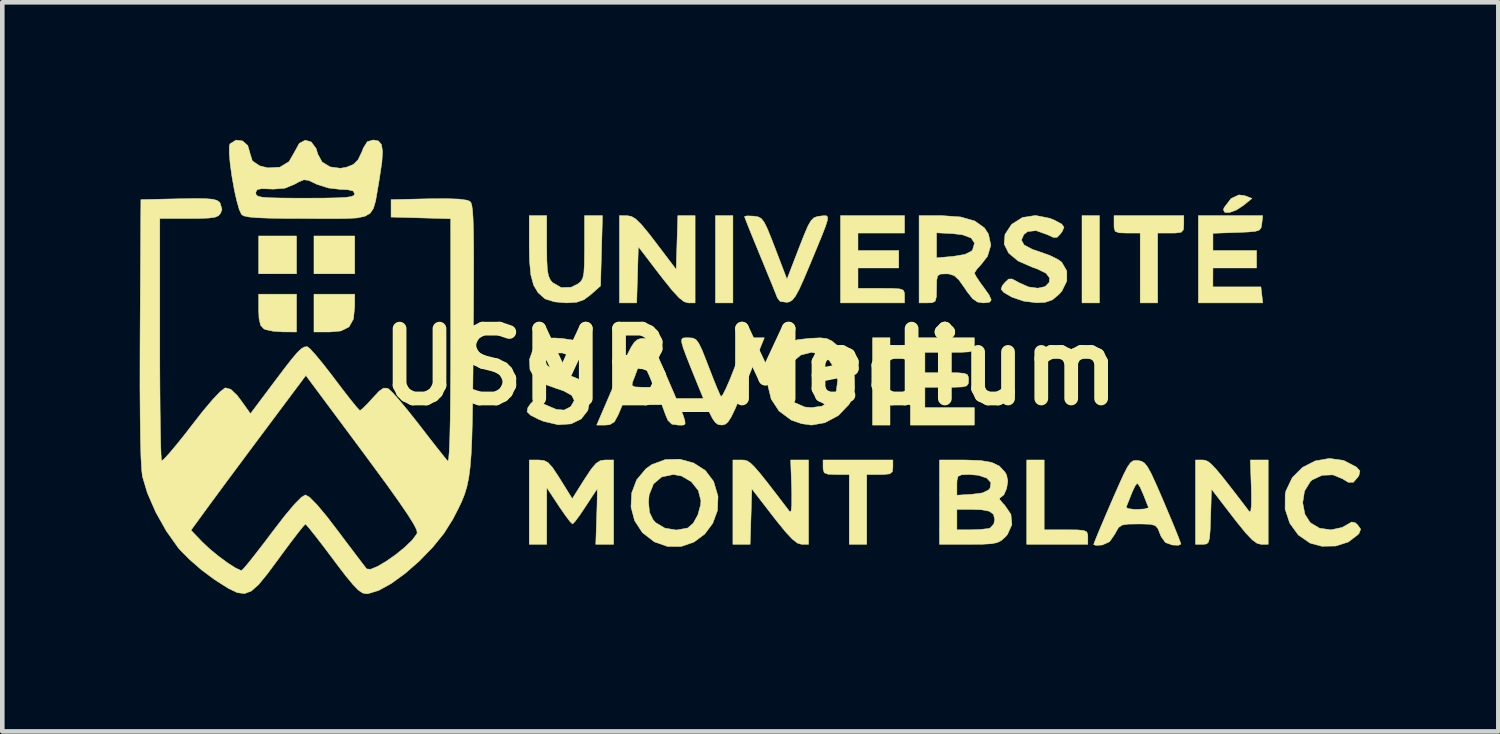
<source format=kicad_pcb>
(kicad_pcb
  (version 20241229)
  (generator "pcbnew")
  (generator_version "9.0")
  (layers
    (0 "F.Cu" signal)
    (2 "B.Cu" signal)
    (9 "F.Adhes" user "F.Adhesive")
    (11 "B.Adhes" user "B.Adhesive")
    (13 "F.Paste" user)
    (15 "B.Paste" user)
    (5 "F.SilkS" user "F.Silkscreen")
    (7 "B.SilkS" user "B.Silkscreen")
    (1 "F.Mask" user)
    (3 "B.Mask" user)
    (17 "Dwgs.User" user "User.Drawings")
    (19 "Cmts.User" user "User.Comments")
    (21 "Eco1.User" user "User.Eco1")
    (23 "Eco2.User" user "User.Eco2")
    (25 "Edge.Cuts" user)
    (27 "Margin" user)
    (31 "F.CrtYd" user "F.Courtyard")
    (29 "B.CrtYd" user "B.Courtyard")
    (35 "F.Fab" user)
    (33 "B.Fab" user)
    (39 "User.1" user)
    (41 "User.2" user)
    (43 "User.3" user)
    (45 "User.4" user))
  (footprint "USMB_Medium"
    (layer "F.Cu")
    (at 13.328 4.958)
    (property "Reference" "USMB_Medium" (at 0 0 0) (layer "F.SilkS") (effects (font (size 1.524 1.524) (thickness 0.3))))
    (attr through_hole)
    (fp_poly (pts (xy -9.906 -2.032) (xy -10.732 -2.032) (xy -10.732 -2.857) (xy -9.906 -2.857) (xy -9.906 -2.032)) (stroke (width 0.01) (type solid)) (fill yes) (layer "F.SilkS"))
    (fp_poly (pts (xy -8.636 -2.032) (xy -9.525 -2.032) (xy -9.525 -2.857) (xy -8.636 -2.857) (xy -8.636 -2.032)) (stroke (width 0.01) (type solid)) (fill yes) (layer "F.SilkS"))
    (fp_poly (pts (xy -0.381 -1.397) (xy -0.762 -1.397) (xy -0.762 -3.302) (xy -0.381 -3.302) (xy -0.381 -1.397)) (stroke (width 0.01) (type solid)) (fill yes) (layer "F.SilkS"))
    (fp_poly (pts (xy 3.048 1.27) (xy 2.667 1.27) (xy 2.667 -0.635) (xy 3.048 -0.635) (xy 3.048 1.27)) (stroke (width 0.01) (type solid)) (fill yes) (layer "F.SilkS"))
    (fp_poly (pts (xy 7.62 -1.397) (xy 7.239 -1.397) (xy 7.239 -3.302) (xy 7.62 -3.302) (xy 7.62 -1.397)) (stroke (width 0.01) (type solid)) (fill yes) (layer "F.SilkS"))
    (fp_poly (pts (xy -8.636 -1.316) (xy -8.664 -1.044) (xy -8.76 -0.873) (xy -8.939 -0.784) (xy -9.179 -0.762) (xy -9.525 -0.762) (xy -9.525 -1.587) (xy -8.636 -1.587) (xy -8.636 -1.316)) (stroke (width 0.01) (type solid)) (fill yes) (layer "F.SilkS"))
    (fp_poly (pts (xy -9.906 -0.762) (xy -10.208 -0.764) (xy -10.413 -0.778) (xy -10.577 -0.812) (xy -10.62 -0.831) (xy -10.69 -0.908) (xy -10.724 -1.054) (xy -10.732 -1.241) (xy -10.732 -1.587) (xy -9.906 -1.587) (xy -9.906 -0.762)) (stroke (width 0.01) (type solid)) (fill yes) (layer "F.SilkS"))
    (fp_poly (pts (xy 10.792 -3.737) (xy 10.949 -3.677) (xy 10.761 -3.524) (xy 10.604 -3.422) (xy 10.46 -3.37) (xy 10.358 -3.371) (xy 10.325 -3.429) (xy 10.342 -3.477) (xy 10.492 -3.674) (xy 10.663 -3.754) (xy 10.792 -3.737)) (stroke (width 0.01) (type solid)) (fill yes) (layer "F.SilkS"))
    (fp_poly (pts (xy 6.413 3.556) (xy 6.89 3.556) (xy 7.132 3.558) (xy 7.274 3.57) (xy 7.342 3.601) (xy 7.364 3.659) (xy 7.366 3.715) (xy 7.366 3.873) (xy 6.032 3.873) (xy 6.032 2.032) (xy 6.413 2.032) (xy 6.413 3.556)) (stroke (width 0.01) (type solid)) (fill yes) (layer "F.SilkS"))
    (fp_poly (pts (xy 3.111 2.191) (xy 3.1 2.289) (xy 3.041 2.335) (xy 2.903 2.349) (xy 2.826 2.349) (xy 2.54 2.349) (xy 2.54 3.873) (xy 2.159 3.873) (xy 2.159 2.349) (xy 1.873 2.349) (xy 1.697 2.343) (xy 1.613 2.311) (xy 1.589 2.234) (xy 1.587 2.191) (xy 1.587 2.032) (xy 3.111 2.032) (xy 3.111 2.191)) (stroke (width 0.01) (type solid)) (fill yes) (layer "F.SilkS"))
    (fp_poly (pts (xy 9.461 -3.111) (xy 9.453 -2.994) (xy 9.405 -2.939) (xy 9.284 -2.922) (xy 9.176 -2.921) (xy 8.89 -2.921) (xy 8.89 -1.397) (xy 8.509 -1.397) (xy 8.509 -2.921) (xy 8.223 -2.921) (xy 8.048 -2.927) (xy 7.964 -2.958) (xy 7.939 -3.04) (xy 7.938 -3.111) (xy 7.938 -3.302) (xy 9.461 -3.302) (xy 9.461 -3.111)) (stroke (width 0.01) (type solid)) (fill yes) (layer "F.SilkS"))
    (fp_poly (pts (xy 3.365 -2.921) (xy 2.349 -2.921) (xy 2.349 -2.54) (xy 3.239 -2.54) (xy 3.239 -2.159) (xy 2.349 -2.159) (xy 2.349 -1.714) (xy 2.857 -1.714) (xy 3.109 -1.713) (xy 3.26 -1.702) (xy 3.336 -1.675) (xy 3.362 -1.623) (xy 3.365 -1.556) (xy 3.365 -1.397) (xy 1.968 -1.397) (xy 1.968 -3.302) (xy 3.365 -3.302) (xy 3.365 -2.921)) (stroke (width 0.01) (type solid)) (fill yes) (layer "F.SilkS"))
    (fp_poly (pts (xy 11.164 -3.127) (xy 11.15 -3.042) (xy 11.112 -2.989) (xy 11.025 -2.959) (xy 10.863 -2.944) (xy 10.62 -2.934) (xy 10.097 -2.916) (xy 10.097 -2.54) (xy 11.049 -2.54) (xy 11.049 -2.159) (xy 10.097 -2.159) (xy 10.096 -1.953) (xy 10.096 -1.746) (xy 11.144 -1.746) (xy 11.164 -1.572) (xy 11.184 -1.397) (xy 9.779 -1.397) (xy 9.779 -3.302) (xy 11.184 -3.302) (xy 11.164 -3.127)) (stroke (width 0.01) (type solid)) (fill yes) (layer "F.SilkS"))
    (fp_poly (pts (xy -1.395 -3.302) (xy -1.206 -3.302) (xy -1.206 -1.397) (xy -1.357 -1.397) (xy -1.444 -1.422) (xy -1.555 -1.508) (xy -1.703 -1.667) (xy -1.902 -1.915) (xy -1.976 -2.01) (xy -2.445 -2.624) (xy -2.463 -2.01) (xy -2.481 -1.397) (xy -2.857 -1.397) (xy -2.857 -3.302) (xy -2.683 -3.3) (xy -2.593 -3.283) (xy -2.496 -3.223) (xy -2.375 -3.103) (xy -2.212 -2.906) (xy -2.064 -2.713) (xy -1.619 -2.127) (xy -1.601 -2.715) (xy -1.583 -3.302) (xy -1.395 -3.302)) (stroke (width 0.01) (type solid)) (fill yes) (layer "F.SilkS"))
    (fp_poly (pts (xy 4.889 -0.476) (xy 4.885 -0.399) (xy 4.853 -0.352) (xy 4.769 -0.328) (xy 4.609 -0.319) (xy 4.35 -0.318) (xy 3.81 -0.318) (xy 3.81 0.127) (xy 4.286 0.127) (xy 4.528 0.129) (xy 4.67 0.141) (xy 4.739 0.172) (xy 4.761 0.23) (xy 4.763 0.286) (xy 4.757 0.366) (xy 4.721 0.414) (xy 4.629 0.437) (xy 4.454 0.444) (xy 4.286 0.445) (xy 3.81 0.445) (xy 3.81 0.889) (xy 4.889 0.889) (xy 4.889 1.27) (xy 3.493 1.27) (xy 3.493 -0.635) (xy 4.889 -0.635) (xy 4.889 -0.476)) (stroke (width 0.01) (type solid)) (fill yes) (layer "F.SilkS"))
    (fp_poly (pts (xy -0.128 2.035) (xy -0.067 2.053) (xy 0.001 2.098) (xy 0.089 2.183) (xy 0.207 2.319) (xy 0.367 2.519) (xy 0.581 2.796) (xy 0.857 3.158) (xy 0.888 3.151) (xy 0.903 3.026) (xy 0.904 2.78) (xy 0.901 2.637) (xy 0.88 2.032) (xy 1.27 2.032) (xy 1.27 3.873) (xy 1.119 3.873) (xy 1.031 3.848) (xy 0.919 3.762) (xy 0.769 3.602) (xy 0.567 3.354) (xy 0.5 3.268) (xy 0.032 2.662) (xy 0.014 3.268) (xy -0.005 3.873) (xy -0.381 3.873) (xy -0.381 2.032) (xy -0.193 2.032) (xy -0.128 2.035)) (stroke (width 0.01) (type solid)) (fill yes) (layer "F.SilkS"))
    (fp_poly (pts (xy 9.929 2.038) (xy 9.989 2.065) (xy 10.063 2.125) (xy 10.163 2.23) (xy 10.299 2.393) (xy 10.482 2.626) (xy 10.725 2.941) (xy 10.89 3.158) (xy 10.921 3.151) (xy 10.936 3.026) (xy 10.937 2.78) (xy 10.934 2.637) (xy 10.913 2.032) (xy 11.303 2.032) (xy 11.303 3.873) (xy 11.147 3.873) (xy 11.06 3.851) (xy 10.953 3.773) (xy 10.812 3.624) (xy 10.622 3.391) (xy 10.528 3.27) (xy 10.065 2.667) (xy 10.047 3.27) (xy 10.037 3.55) (xy 10.024 3.726) (xy 10 3.823) (xy 9.959 3.864) (xy 9.893 3.873) (xy 9.872 3.873) (xy 9.716 3.873) (xy 9.716 2.032) (xy 9.871 2.032) (xy 9.929 2.038)) (stroke (width 0.01) (type solid)) (fill yes) (layer "F.SilkS"))
    (fp_poly (pts (xy -4.445 -2.635) (xy -4.442 -2.328) (xy -4.431 -2.121) (xy -4.406 -1.986) (xy -4.365 -1.896) (xy -4.318 -1.841) (xy -4.128 -1.731) (xy -3.912 -1.738) (xy -3.761 -1.813) (xy -3.698 -1.866) (xy -3.658 -1.936) (xy -3.634 -2.05) (xy -3.623 -2.232) (xy -3.62 -2.509) (xy -3.619 -2.607) (xy -3.619 -3.302) (xy -3.228 -3.302) (xy -3.27 -1.767) (xy -3.478 -1.582) (xy -3.632 -1.466) (xy -3.791 -1.411) (xy -4.014 -1.397) (xy -4.019 -1.397) (xy -4.271 -1.419) (xy -4.462 -1.477) (xy -4.495 -1.496) (xy -4.635 -1.622) (xy -4.731 -1.784) (xy -4.791 -2.007) (xy -4.82 -2.313) (xy -4.826 -2.632) (xy -4.826 -3.302) (xy -4.445 -3.302) (xy -4.445 -2.635)) (stroke (width 0.01) (type solid)) (fill yes) (layer "F.SilkS"))
    (fp_poly (pts (xy -4.507 2.043) (xy -4.416 2.089) (xy -4.32 2.195) (xy -4.195 2.382) (xy -4.15 2.454) (xy -3.887 2.877) (xy -3.621 2.454) (xy -3.477 2.237) (xy -3.371 2.109) (xy -3.278 2.048) (xy -3.174 2.032) (xy -3.169 2.032) (xy -2.985 2.032) (xy -2.985 3.873) (xy -3.374 3.873) (xy -3.354 3.27) (xy -3.346 3.011) (xy -3.342 2.808) (xy -3.341 2.687) (xy -3.343 2.667) (xy -3.379 2.716) (xy -3.465 2.845) (xy -3.584 3.028) (xy -3.597 3.047) (xy -3.722 3.234) (xy -3.823 3.37) (xy -3.879 3.428) (xy -3.881 3.428) (xy -3.933 3.38) (xy -4.032 3.25) (xy -4.16 3.066) (xy -4.182 3.032) (xy -4.444 2.635) (xy -4.445 3.873) (xy -4.826 3.873) (xy -4.826 2.032) (xy -4.619 2.032) (xy -4.507 2.043)) (stroke (width 0.01) (type solid)) (fill yes) (layer "F.SilkS"))
    (fp_poly (pts (xy 12.95 2.042) (xy 13.228 2.186) (xy 13.305 2.27) (xy 13.285 2.366) (xy 13.26 2.407) (xy 13.162 2.518) (xy 13.05 2.519) (xy 12.926 2.443) (xy 12.717 2.357) (xy 12.479 2.366) (xy 12.265 2.466) (xy 12.221 2.505) (xy 12.095 2.713) (xy 12.056 2.966) (xy 12.104 3.217) (xy 12.221 3.4) (xy 12.423 3.521) (xy 12.673 3.557) (xy 12.917 3.504) (xy 13.009 3.453) (xy 13.124 3.386) (xy 13.201 3.401) (xy 13.256 3.45) (xy 13.322 3.543) (xy 13.286 3.633) (xy 13.266 3.658) (xy 13.054 3.821) (xy 12.776 3.91) (xy 12.472 3.915) (xy 12.218 3.847) (xy 11.96 3.669) (xy 11.773 3.411) (xy 11.672 3.104) (xy 11.674 2.781) (xy 11.69 2.707) (xy 11.829 2.416) (xy 12.051 2.194) (xy 12.33 2.052) (xy 12.639 1.998) (xy 12.95 2.042)) (stroke (width 0.01) (type solid)) (fill yes) (layer "F.SilkS"))
    (fp_poly (pts (xy -1.24 2.097) (xy -0.983 2.261) (xy -0.803 2.498) (xy -0.801 2.503) (xy -0.706 2.825) (xy -0.718 3.134) (xy -0.821 3.415) (xy -0.997 3.65) (xy -1.231 3.824) (xy -1.506 3.919) (xy -1.807 3.92) (xy -2.096 3.819) (xy -2.357 3.617) (xy -2.527 3.355) (xy -2.605 3.058) (xy -2.6 2.953) (xy -2.223 2.953) (xy -2.201 3.176) (xy -2.125 3.334) (xy -2.067 3.4) (xy -1.866 3.52) (xy -1.612 3.561) (xy -1.368 3.517) (xy -1.247 3.413) (xy -1.145 3.23) (xy -1.086 3.012) (xy -1.079 2.919) (xy -1.137 2.696) (xy -1.289 2.506) (xy -1.501 2.382) (xy -1.681 2.349) (xy -1.935 2.402) (xy -2.114 2.554) (xy -2.209 2.793) (xy -2.223 2.953) (xy -2.6 2.953) (xy -2.59 2.752) (xy -2.482 2.466) (xy -2.279 2.223) (xy -2.149 2.131) (xy -1.855 2.023) (xy -1.541 2.015) (xy -1.24 2.097)) (stroke (width 0.01) (type solid)) (fill yes) (layer "F.SilkS"))
    (fp_poly (pts (xy -1.346 -0.635) (xy -1.257 -0.629) (xy -1.189 -0.597) (xy -1.127 -0.517) (xy -1.055 -0.369) (xy -0.96 -0.13) (xy -0.916 -0.016) (xy -0.815 0.245) (xy -0.727 0.462) (xy -0.664 0.606) (xy -0.64 0.649) (xy -0.604 0.612) (xy -0.535 0.478) (xy -0.443 0.267) (xy -0.35 0.03) (xy -0.24 -0.259) (xy -0.16 -0.449) (xy -0.096 -0.561) (xy -0.035 -0.616) (xy 0.039 -0.633) (xy 0.103 -0.635) (xy 0.305 -0.635) (xy -0.082 0.318) (xy -0.229 0.674) (xy -0.338 0.928) (xy -0.421 1.098) (xy -0.487 1.2) (xy -0.545 1.251) (xy -0.605 1.268) (xy -0.632 1.268) (xy -0.7 1.259) (xy -0.76 1.219) (xy -0.824 1.131) (xy -0.902 0.977) (xy -1.005 0.739) (xy -1.133 0.427) (xy -1.286 0.049) (xy -1.396 -0.227) (xy -1.466 -0.417) (xy -1.499 -0.537) (xy -1.498 -0.603) (xy -1.468 -0.63) (xy -1.41 -0.636) (xy -1.346 -0.635)) (stroke (width 0.01) (type solid)) (fill yes) (layer "F.SilkS"))
    (fp_poly (pts (xy 1.66 -3.298) (xy 1.686 -3.27) (xy 1.682 -3.2) (xy 1.642 -3.072) (xy 1.564 -2.871) (xy 1.445 -2.581) (xy 1.309 -2.254) (xy 1.17 -1.924) (xy 1.066 -1.694) (xy 0.985 -1.545) (xy 0.918 -1.46) (xy 0.853 -1.42) (xy 0.8 -1.409) (xy 0.651 -1.428) (xy 0.591 -1.504) (xy 0.552 -1.603) (xy 0.475 -1.794) (xy 0.369 -2.052) (xy 0.246 -2.352) (xy 0.211 -2.437) (xy 0.089 -2.734) (xy -0.014 -2.987) (xy -0.088 -3.174) (xy -0.125 -3.273) (xy -0.127 -3.282) (xy -0.072 -3.296) (xy 0.062 -3.291) (xy 0.077 -3.29) (xy 0.167 -3.276) (xy 0.237 -3.24) (xy 0.3 -3.16) (xy 0.371 -3.017) (xy 0.464 -2.788) (xy 0.54 -2.592) (xy 0.799 -1.913) (xy 1.06 -2.592) (xy 1.175 -2.884) (xy 1.259 -3.079) (xy 1.327 -3.196) (xy 1.391 -3.257) (xy 1.467 -3.283) (xy 1.524 -3.291) (xy 1.604 -3.3) (xy 1.66 -3.298)) (stroke (width 0.01) (type solid)) (fill yes) (layer "F.SilkS"))
    (fp_poly (pts (xy -2.237 -0.599) (xy -2.177 -0.535) (xy -2.105 -0.412) (xy -2.01 -0.213) (xy -1.882 0.08) (xy -1.828 0.205) (xy -1.665 0.583) (xy -1.546 0.86) (xy -1.469 1.051) (xy -1.43 1.172) (xy -1.424 1.239) (xy -1.449 1.267) (xy -1.5 1.272) (xy -1.574 1.27) (xy -1.577 1.27) (xy -1.715 1.25) (xy -1.8 1.166) (xy -1.85 1.048) (xy -1.931 0.826) (xy -2.792 0.826) (xy -2.885 1.048) (xy -2.968 1.2) (xy -3.071 1.262) (xy -3.166 1.27) (xy -3.354 1.27) (xy -2.982 0.404) (xy -2.583 0.404) (xy -2.521 0.437) (xy -2.36 0.445) (xy -2.102 0.445) (xy -2.2 0.206) (xy -2.291 0.006) (xy -2.359 -0.081) (xy -2.414 -0.059) (xy -2.462 0.043) (xy -2.525 0.213) (xy -2.572 0.333) (xy -2.583 0.404) (xy -2.982 0.404) (xy -2.952 0.333) (xy -2.799 -0.018) (xy -2.685 -0.27) (xy -2.598 -0.438) (xy -2.529 -0.541) (xy -2.466 -0.594) (xy -2.4 -0.617) (xy -2.37 -0.62) (xy -2.298 -0.622) (xy -2.237 -0.599)) (stroke (width 0.01) (type solid)) (fill yes) (layer "F.SilkS"))
    (fp_poly (pts (xy 1.669 -0.618) (xy 1.787 -0.56) (xy 1.924 -0.444) (xy 1.975 -0.397) (xy 2.13 -0.24) (xy 2.215 -0.107) (xy 2.255 0.058) (xy 2.271 0.229) (xy 2.278 0.466) (xy 2.249 0.633) (xy 2.174 0.784) (xy 2.147 0.826) (xy 1.919 1.063) (xy 1.626 1.219) (xy 1.333 1.27) (xy 1.121 1.24) (xy 0.905 1.166) (xy 0.89 1.159) (xy 0.626 0.963) (xy 0.455 0.703) (xy 0.382 0.405) (xy 0.389 0.316) (xy 0.762 0.316) (xy 0.813 0.587) (xy 0.959 0.777) (xy 1.19 0.876) (xy 1.333 0.889) (xy 1.563 0.857) (xy 1.737 0.745) (xy 1.749 0.733) (xy 1.876 0.529) (xy 1.906 0.295) (xy 1.852 0.062) (xy 1.725 -0.138) (xy 1.538 -0.274) (xy 1.333 -0.318) (xy 1.103 -0.259) (xy 0.914 -0.104) (xy 0.793 0.119) (xy 0.762 0.316) (xy 0.389 0.316) (xy 0.408 0.093) (xy 0.536 -0.21) (xy 0.726 -0.442) (xy 0.858 -0.537) (xy 1.025 -0.592) (xy 1.271 -0.621) (xy 1.299 -0.623) (xy 1.523 -0.634) (xy 1.669 -0.618)) (stroke (width 0.01) (type solid)) (fill yes) (layer "F.SilkS"))
    (fp_poly (pts (xy 4.175 -3.302) (xy 4.589 -3.273) (xy 4.897 -3.185) (xy 5.108 -3.035) (xy 5.197 -2.9) (xy 5.249 -2.656) (xy 5.177 -2.415) (xy 5.046 -2.246) (xy 4.941 -2.129) (xy 4.892 -2.05) (xy 4.891 -2.045) (xy 4.928 -1.972) (xy 5.018 -1.837) (xy 5.082 -1.751) (xy 5.212 -1.568) (xy 5.258 -1.461) (xy 5.221 -1.411) (xy 5.099 -1.397) (xy 5.08 -1.397) (xy 4.957 -1.416) (xy 4.852 -1.489) (xy 4.731 -1.642) (xy 4.684 -1.713) (xy 4.554 -1.896) (xy 4.45 -1.992) (xy 4.337 -2.028) (xy 4.27 -2.031) (xy 4.148 -2.026) (xy 4.087 -1.987) (xy 4.066 -1.882) (xy 4.064 -1.714) (xy 4.06 -1.527) (xy 4.034 -1.433) (xy 3.968 -1.401) (xy 3.873 -1.397) (xy 3.683 -1.397) (xy 3.683 -2.38) (xy 4.064 -2.38) (xy 4.423 -2.412) (xy 4.679 -2.454) (xy 4.824 -2.524) (xy 4.851 -2.556) (xy 4.893 -2.703) (xy 4.818 -2.814) (xy 4.628 -2.884) (xy 4.423 -2.908) (xy 4.064 -2.927) (xy 4.064 -2.38) (xy 3.683 -2.38) (xy 3.683 -3.302) (xy 4.175 -3.302)) (stroke (width 0.01) (type solid)) (fill yes) (layer "F.SilkS"))
    (fp_poly (pts (xy -4.121 -0.622) (xy -3.82 -0.577) (xy -3.641 -0.494) (xy -3.582 -0.373) (xy -3.616 -0.261) (xy -3.675 -0.174) (xy -3.748 -0.165) (xy -3.873 -0.222) (xy -4.105 -0.304) (xy -4.3 -0.302) (xy -4.43 -0.216) (xy -4.441 -0.197) (xy -4.471 -0.102) (xy -4.432 -0.025) (xy -4.306 0.05) (xy -4.077 0.136) (xy -4.038 0.15) (xy -3.761 0.261) (xy -3.591 0.386) (xy -3.51 0.542) (xy -3.495 0.692) (xy -3.548 0.952) (xy -3.694 1.138) (xy -3.914 1.244) (xy -4.192 1.263) (xy -4.512 1.189) (xy -4.62 1.145) (xy -4.798 1.054) (xy -4.873 0.98) (xy -4.858 0.893) (xy -4.802 0.811) (xy -4.741 0.748) (xy -4.67 0.74) (xy -4.545 0.791) (xy -4.473 0.827) (xy -4.237 0.927) (xy -4.067 0.943) (xy -3.935 0.876) (xy -3.912 0.855) (xy -3.844 0.734) (xy -3.896 0.624) (xy -4.072 0.525) (xy -4.236 0.47) (xy -4.453 0.392) (xy -4.633 0.301) (xy -4.705 0.248) (xy -4.81 0.061) (xy -4.821 -0.164) (xy -4.742 -0.385) (xy -4.663 -0.486) (xy -4.556 -0.578) (xy -4.446 -0.623) (xy -4.286 -0.631) (xy -4.121 -0.622)) (stroke (width 0.01) (type solid)) (fill yes) (layer "F.SilkS"))
    (fp_poly (pts (xy 6.538 -3.243) (xy 6.642 -3.2) (xy 6.795 -3.118) (xy 6.846 -3.049) (xy 6.808 -2.958) (xy 6.766 -2.901) (xy 6.696 -2.828) (xy 6.617 -2.825) (xy 6.486 -2.885) (xy 6.237 -2.974) (xy 6.051 -2.954) (xy 5.97 -2.89) (xy 5.916 -2.768) (xy 5.976 -2.661) (xy 6.156 -2.565) (xy 6.317 -2.511) (xy 6.536 -2.433) (xy 6.72 -2.341) (xy 6.797 -2.284) (xy 6.907 -2.093) (xy 6.907 -1.874) (xy 6.799 -1.654) (xy 6.736 -1.583) (xy 6.592 -1.463) (xy 6.439 -1.41) (xy 6.244 -1.4) (xy 5.968 -1.435) (xy 5.717 -1.519) (xy 5.699 -1.528) (xy 5.535 -1.623) (xy 5.473 -1.694) (xy 5.5 -1.774) (xy 5.562 -1.848) (xy 5.637 -1.917) (xy 5.712 -1.919) (xy 5.836 -1.854) (xy 5.864 -1.837) (xy 6.076 -1.744) (xy 6.275 -1.718) (xy 6.434 -1.753) (xy 6.524 -1.846) (xy 6.53 -1.944) (xy 6.455 -2.043) (xy 6.263 -2.138) (xy 6.159 -2.174) (xy 5.846 -2.311) (xy 5.638 -2.483) (xy 5.54 -2.68) (xy 5.558 -2.891) (xy 5.697 -3.103) (xy 5.71 -3.116) (xy 5.941 -3.262) (xy 6.225 -3.305) (xy 6.538 -3.243)) (stroke (width 0.01) (type solid)) (fill yes) (layer "F.SilkS"))
    (fp_poly (pts (xy 5.026 2.044) (xy 5.268 2.085) (xy 5.435 2.165) (xy 5.553 2.292) (xy 5.593 2.359) (xy 5.619 2.493) (xy 5.594 2.654) (xy 5.534 2.792) (xy 5.453 2.857) (xy 5.444 2.857) (xy 5.442 2.894) (xy 5.517 2.985) (xy 5.547 3.013) (xy 5.687 3.217) (xy 5.709 3.441) (xy 5.612 3.658) (xy 5.559 3.718) (xy 5.478 3.789) (xy 5.389 3.835) (xy 5.262 3.86) (xy 5.068 3.871) (xy 4.777 3.873) (xy 4.765 3.873) (xy 4.128 3.873) (xy 4.128 3.111) (xy 4.508 3.111) (xy 4.508 3.556) (xy 4.821 3.556) (xy 5.026 3.548) (xy 5.188 3.529) (xy 5.234 3.517) (xy 5.313 3.43) (xy 5.334 3.334) (xy 5.308 3.22) (xy 5.217 3.151) (xy 5.039 3.118) (xy 4.821 3.111) (xy 4.508 3.111) (xy 4.128 3.111) (xy 4.128 2.575) (xy 4.508 2.575) (xy 4.508 2.801) (xy 4.835 2.781) (xy 5.069 2.75) (xy 5.202 2.684) (xy 5.232 2.647) (xy 5.251 2.526) (xy 5.161 2.428) (xy 4.979 2.366) (xy 4.782 2.349) (xy 4.611 2.355) (xy 4.532 2.39) (xy 4.51 2.485) (xy 4.508 2.575) (xy 4.128 2.575) (xy 4.128 2.032) (xy 4.685 2.032) (xy 5.026 2.044)) (stroke (width 0.01) (type solid)) (fill yes) (layer "F.SilkS"))
    (fp_poly (pts (xy 8.464 2.045) (xy 8.538 2.06) (xy 8.602 2.099) (xy 8.668 2.181) (xy 8.747 2.324) (xy 8.849 2.544) (xy 8.987 2.86) (xy 9.022 2.943) (xy 9.153 3.252) (xy 9.265 3.521) (xy 9.347 3.726) (xy 9.392 3.847) (xy 9.398 3.868) (xy 9.344 3.893) (xy 9.213 3.888) (xy 9.209 3.887) (xy 9.06 3.834) (xy 8.966 3.703) (xy 8.942 3.644) (xy 8.895 3.527) (xy 8.836 3.463) (xy 8.731 3.435) (xy 8.545 3.429) (xy 8.463 3.429) (xy 8.244 3.432) (xy 8.114 3.453) (xy 8.037 3.506) (xy 7.977 3.608) (xy 7.959 3.645) (xy 7.841 3.816) (xy 7.683 3.887) (xy 7.675 3.888) (xy 7.545 3.896) (xy 7.493 3.878) (xy 7.517 3.81) (xy 7.583 3.647) (xy 7.683 3.409) (xy 7.808 3.117) (xy 7.831 3.064) (xy 8.202 3.064) (xy 8.245 3.093) (xy 8.377 3.11) (xy 8.445 3.111) (xy 8.603 3.101) (xy 8.685 3.076) (xy 8.689 3.064) (xy 8.654 2.979) (xy 8.594 2.825) (xy 8.575 2.778) (xy 8.509 2.629) (xy 8.456 2.546) (xy 8.445 2.54) (xy 8.401 2.593) (xy 8.337 2.726) (xy 8.316 2.778) (xy 8.252 2.941) (xy 8.208 3.05) (xy 8.202 3.064) (xy 7.831 3.064) (xy 7.887 2.934) (xy 8.037 2.591) (xy 8.148 2.348) (xy 8.23 2.188) (xy 8.295 2.095) (xy 8.353 2.051) (xy 8.415 2.041) (xy 8.464 2.045)) (stroke (width 0.01) (type solid)) (fill yes) (layer "F.SilkS"))
    (fp_poly (pts (xy -8.118 -4.931) (xy -8.052 -4.854) (xy -8.028 -4.704) (xy -8.043 -4.466) (xy -8.095 -4.123) (xy -8.096 -4.114) (xy -8.143 -3.831) (xy -8.181 -3.616) (xy -8.227 -3.46) (xy -8.299 -3.353) (xy -8.413 -3.287) (xy -8.586 -3.251) (xy -8.833 -3.238) (xy -9.173 -3.236) (xy -9.621 -3.238) (xy -9.675 -3.239) (xy -10.147 -3.24) (xy -10.507 -3.246) (xy -10.768 -3.256) (xy -10.945 -3.272) (xy -11.053 -3.295) (xy -11.105 -3.324) (xy -11.105 -3.325) (xy -11.157 -3.437) (xy -11.213 -3.636) (xy -11.248 -3.794) (xy -10.795 -3.794) (xy -10.785 -3.753) (xy -10.745 -3.724) (xy -10.656 -3.704) (xy -10.501 -3.692) (xy -10.263 -3.686) (xy -9.925 -3.683) (xy -9.716 -3.683) (xy -9.316 -3.684) (xy -9.026 -3.69) (xy -8.83 -3.7) (xy -8.71 -3.718) (xy -8.651 -3.744) (xy -8.636 -3.778) (xy -8.671 -3.839) (xy -8.793 -3.868) (xy -8.94 -3.873) (xy -9.21 -3.905) (xy -9.46 -3.984) (xy -9.484 -3.996) (xy -9.64 -4.07) (xy -9.744 -4.084) (xy -9.857 -4.038) (xy -9.942 -3.99) (xy -10.158 -3.9) (xy -10.412 -3.88) (xy -10.477 -3.883) (xy -10.668 -3.89) (xy -10.764 -3.869) (xy -10.794 -3.814) (xy -10.795 -3.794) (xy -11.248 -3.794) (xy -11.268 -3.889) (xy -11.317 -4.166) (xy -11.354 -4.435) (xy -11.374 -4.663) (xy -11.373 -4.82) (xy -11.358 -4.868) (xy -11.226 -4.95) (xy -11.084 -4.932) (xy -10.97 -4.832) (xy -10.922 -4.668) (xy -10.922 -4.662) (xy -10.87 -4.496) (xy -10.71 -4.388) (xy -10.531 -4.344) (xy -10.269 -4.359) (xy -10.069 -4.481) (xy -9.945 -4.698) (xy -9.846 -4.878) (xy -9.716 -4.948) (xy -9.585 -4.91) (xy -9.479 -4.768) (xy -9.441 -4.643) (xy -9.348 -4.473) (xy -9.172 -4.365) (xy -8.947 -4.335) (xy -8.815 -4.358) (xy -8.664 -4.419) (xy -8.562 -4.521) (xy -8.476 -4.7) (xy -8.447 -4.778) (xy -8.36 -4.916) (xy -8.229 -4.953) (xy -8.118 -4.931)) (stroke (width 0.01) (type solid)) (fill yes) (layer "F.SilkS"))
    (fp_poly (pts (xy -11.893 -3.672) (xy -11.736 -3.659) (xy -11.641 -3.634) (xy -11.586 -3.594) (xy -11.576 -3.581) (xy -11.533 -3.44) (xy -11.562 -3.357) (xy -11.606 -3.302) (xy -11.684 -3.267) (xy -11.822 -3.248) (xy -12.045 -3.24) (xy -12.258 -3.239) (xy -12.89 -3.239) (xy -12.89 -0.614) (xy -12.89 -0.049) (xy -12.887 0.477) (xy -12.883 0.949) (xy -12.877 1.354) (xy -12.871 1.679) (xy -12.863 1.909) (xy -12.855 2.033) (xy -12.851 2.05) (xy -12.802 2.016) (xy -12.69 1.895) (xy -12.53 1.705) (xy -12.335 1.462) (xy -12.197 1.283) (xy -11.95 0.967) (xy -11.739 0.717) (xy -11.576 0.545) (xy -11.471 0.463) (xy -11.456 0.458) (xy -11.341 0.489) (xy -11.202 0.622) (xy -11.12 0.73) (xy -10.911 1.021) (xy -10.397 0.336) (xy -10.171 0.036) (xy -10.006 -0.175) (xy -9.888 -0.314) (xy -9.803 -0.395) (xy -9.738 -0.433) (xy -9.677 -0.443) (xy -9.675 -0.444) (xy -9.612 -0.396) (xy -9.491 -0.263) (xy -9.327 -0.065) (xy -9.137 0.179) (xy -9.081 0.254) (xy -8.888 0.508) (xy -8.722 0.721) (xy -8.597 0.874) (xy -8.528 0.948) (xy -8.52 0.953) (xy -8.46 0.908) (xy -8.347 0.795) (xy -8.246 0.683) (xy -8.103 0.53) (xy -8.006 0.463) (xy -7.927 0.466) (xy -7.895 0.482) (xy -7.816 0.555) (xy -7.677 0.71) (xy -7.497 0.926) (xy -7.293 1.182) (xy -7.221 1.274) (xy -7.018 1.537) (xy -6.838 1.767) (xy -6.699 1.942) (xy -6.616 2.044) (xy -6.602 2.059) (xy -6.586 2.014) (xy -6.572 1.845) (xy -6.56 1.554) (xy -6.551 1.144) (xy -6.545 0.619) (xy -6.541 -0.02) (xy -6.54 -0.557) (xy -6.541 -3.234) (xy -7.191 -3.252) (xy -7.842 -3.27) (xy -7.842 -3.651) (xy -7.026 -3.669) (xy -6.629 -3.672) (xy -6.349 -3.662) (xy -6.178 -3.637) (xy -6.117 -3.61) (xy -6.095 -3.577) (xy -6.077 -3.511) (xy -6.063 -3.4) (xy -6.052 -3.234) (xy -6.045 -3.004) (xy -6.04 -2.697) (xy -6.039 -2.304) (xy -6.04 -1.814) (xy -6.043 -1.216) (xy -6.048 -0.64) (xy -6.053 0.074) (xy -6.06 0.675) (xy -6.068 1.174) (xy -6.079 1.585) (xy -6.095 1.921) (xy -6.117 2.195) (xy -6.147 2.421) (xy -6.186 2.61) (xy -6.236 2.776) (xy -6.298 2.933) (xy -6.374 3.092) (xy -6.465 3.268) (xy -6.499 3.333) (xy -6.689 3.635) (xy -6.939 3.943) (xy -7.227 4.239) (xy -7.532 4.506) (xy -7.834 4.726) (xy -8.111 4.879) (xy -8.343 4.95) (xy -8.384 4.952) (xy -8.461 4.936) (xy -8.552 4.876) (xy -8.668 4.758) (xy -8.826 4.568) (xy -9.037 4.292) (xy -9.112 4.191) (xy -9.312 3.925) (xy -9.486 3.7) (xy -9.619 3.533) (xy -9.698 3.442) (xy -9.713 3.431) (xy -9.76 3.481) (xy -9.868 3.615) (xy -10.022 3.816) (xy -10.209 4.067) (xy -10.301 4.193) (xy -10.544 4.521) (xy -10.733 4.751) (xy -10.891 4.892) (xy -11.039 4.948) (xy -11.198 4.928) (xy -11.389 4.837) (xy -11.633 4.683) (xy -11.711 4.631) (xy -11.976 4.434) (xy -12.24 4.204) (xy -12.455 3.987) (xy -12.488 3.948) (xy -12.745 3.585) (xy -12.757 3.565) (xy -12.209 3.565) (xy -11.962 3.823) (xy -11.802 3.973) (xy -11.607 4.133) (xy -11.408 4.28) (xy -11.235 4.39) (xy -11.12 4.443) (xy -11.107 4.445) (xy -11.056 4.397) (xy -10.943 4.263) (xy -10.783 4.061) (xy -10.588 3.808) (xy -10.446 3.619) (xy -10.169 3.259) (xy -9.952 3) (xy -9.798 2.844) (xy -9.711 2.794) (xy -9.618 2.848) (xy -9.462 3.006) (xy -9.245 3.265) (xy -9.01 3.572) (xy -8.804 3.846) (xy -8.622 4.086) (xy -8.48 4.273) (xy -8.392 4.387) (xy -8.372 4.411) (xy -8.288 4.417) (xy -8.137 4.355) (xy -7.946 4.242) (xy -7.739 4.097) (xy -7.543 3.938) (xy -7.383 3.784) (xy -7.285 3.653) (xy -7.272 3.622) (xy -7.284 3.555) (xy -7.351 3.425) (xy -7.475 3.227) (xy -7.662 2.953) (xy -7.915 2.597) (xy -8.241 2.153) (xy -8.468 1.845) (xy -9.702 0.187) (xy -10.623 1.419) (xy -10.903 1.794) (xy -11.179 2.165) (xy -11.435 2.509) (xy -11.653 2.805) (xy -11.82 3.031) (xy -11.876 3.108) (xy -12.209 3.565) (xy -12.757 3.565) (xy -12.978 3.172) (xy -13.161 2.753) (xy -13.27 2.389) (xy -13.287 2.232) (xy -13.302 1.954) (xy -13.312 1.559) (xy -13.319 1.052) (xy -13.323 0.439) (xy -13.322 -0.276) (xy -13.32 -0.794) (xy -13.303 -3.651) (xy -12.478 -3.669) (xy -12.133 -3.675) (xy -11.893 -3.672)) (stroke (width 0.01) (type solid)) (fill yes) (layer "F.SilkS")))
  (gr_rect
    (start -3 -3)
    (end 29.654 12.915)
    (stroke (width 0.1) (type default))
    (fill no)
    (layer "Edge.Cuts")))
</source>
